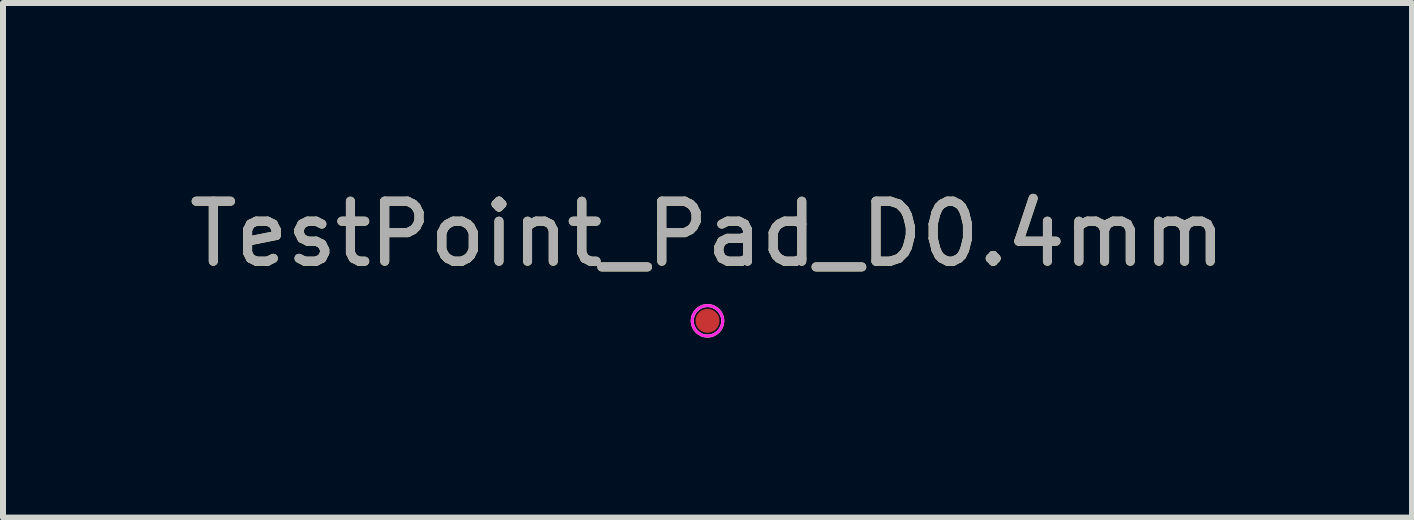
<source format=kicad_pcb>
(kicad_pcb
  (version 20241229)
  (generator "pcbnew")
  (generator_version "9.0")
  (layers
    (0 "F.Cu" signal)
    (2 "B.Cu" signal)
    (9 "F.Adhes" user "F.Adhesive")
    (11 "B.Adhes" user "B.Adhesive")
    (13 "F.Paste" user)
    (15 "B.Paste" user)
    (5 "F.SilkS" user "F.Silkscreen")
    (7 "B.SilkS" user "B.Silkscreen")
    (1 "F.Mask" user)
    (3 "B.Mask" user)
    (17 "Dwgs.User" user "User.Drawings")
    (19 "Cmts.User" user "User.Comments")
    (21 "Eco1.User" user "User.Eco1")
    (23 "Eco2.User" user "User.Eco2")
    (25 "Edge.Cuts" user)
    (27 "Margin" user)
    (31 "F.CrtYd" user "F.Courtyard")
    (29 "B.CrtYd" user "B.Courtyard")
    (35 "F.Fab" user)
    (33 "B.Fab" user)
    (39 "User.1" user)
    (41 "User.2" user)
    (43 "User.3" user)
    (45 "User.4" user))
  (footprint "TestPoint_Pad_D0.4mm"
    (layer "F.Cu")
    (at 8.744 2.298)
    (property "Reference" "TestPoint_Pad_D0.4mm" (at 0 -1.448 0) (layer "F.SilkS") (effects (font (size 1 1) (thickness 0.15))))
    (attr exclude_from_pos_files)
    (fp_circle (center 0 0) (end 0.254 0) (stroke (width 0.051) (type solid)) (fill no) (layer "F.SilkS"))
    (fp_circle (center 0 0) (end 0.254 0) (stroke (width 0.05) (type solid)) (fill no) (layer "F.CrtYd"))
    (fp_text user "${REFERENCE}" (at 0 -1.45 0) (layer "F.Fab") (effects (font (size 1 1) (thickness 0.15))))
    (pad "1" smd circle (at 0 0) (size 0.4 0.4) (layers "F.Cu" "F.Mask")))
  (gr_rect
    (start -3 -3)
    (end 20.488 5.578)
    (stroke (width 0.1) (type default))
    (fill no)
    (layer "Edge.Cuts")))
</source>
